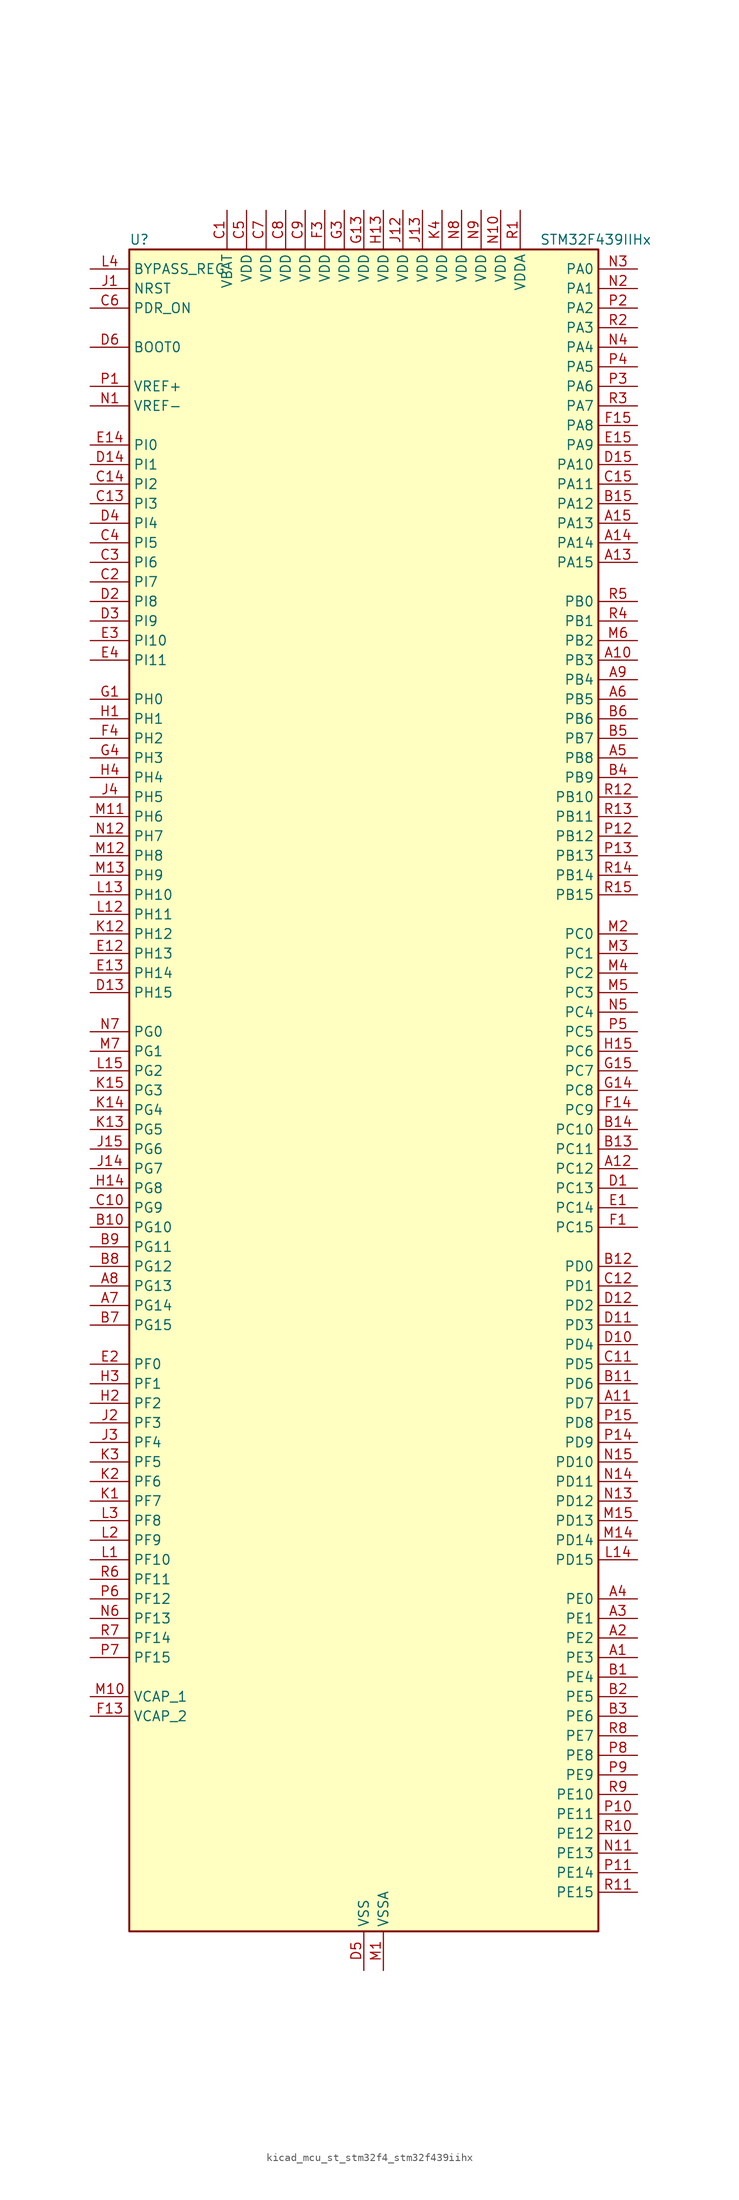
<source format=kicad_sym>
(kicad_symbol_lib
  (version 20220914)
  (generator kicad_symbol_editor)
  (symbol "kicad_mcu_st_stm32f4_stm32f439iihx"
    (property "Reference" "U"
      (at -30.48 110.49 0)
      (effects (font (size 1.27 1.27)) (justify left)))
    (property "Value" "STM32F439IIHx"
      (at 22.86 110.49 0)
      (effects (font (size 1.27 1.27)) (justify left)))
    (property "ki_locked" ""
      (at 0 0 0)
      (effects (font (size 1.27 1.27))))
    (symbol "kicad_mcu_st_stm32f4_stm32f439iihx_0_1"
      (rectangle (start -30.48 -109.22) (end 30.48 109.22) (stroke (width 0.254) (type default)) (fill (type background))))
    (symbol "kicad_mcu_st_stm32f4_stm32f439iihx_1_1"
      (pin bidirectional line (at 35.56 -73.66 180) (length 5.08) (name "PE3" (effects (font (size 1.27 1.27)))) (number "A1" (effects (font (size 1.27 1.27)))) (alternate "FMC_A19" bidirectional line) (alternate "SAI1_SD_B" bidirectional line) (alternate "SYS_TRACED0" bidirectional line))
      (pin bidirectional line (at 35.56 55.88 180) (length 5.08) (name "PB3" (effects (font (size 1.27 1.27)))) (number "A10" (effects (font (size 1.27 1.27)))) (alternate "I2S3_CK" bidirectional line) (alternate "SPI1_SCK" bidirectional line) (alternate "SPI3_SCK" bidirectional line) (alternate "SYS_JTDO-SWO" bidirectional line) (alternate "TIM2_CH2" bidirectional line))
      (pin bidirectional line (at 35.56 -40.64 180) (length 5.08) (name "PD7" (effects (font (size 1.27 1.27)))) (number "A11" (effects (font (size 1.27 1.27)))) (alternate "FMC_NCE2" bidirectional line) (alternate "FMC_NE1" bidirectional line) (alternate "USART2_CK" bidirectional line))
      (pin bidirectional line (at 35.56 -10.16 180) (length 5.08) (name "PC12" (effects (font (size 1.27 1.27)))) (number "A12" (effects (font (size 1.27 1.27)))) (alternate "DCMI_D9" bidirectional line) (alternate "I2S3_SD" bidirectional line) (alternate "SDIO_CK" bidirectional line) (alternate "SPI3_MOSI" bidirectional line) (alternate "UART5_TX" bidirectional line) (alternate "USART3_CK" bidirectional line))
      (pin bidirectional line (at 35.56 68.58 180) (length 5.08) (name "PA15" (effects (font (size 1.27 1.27)))) (number "A13" (effects (font (size 1.27 1.27)))) (alternate "ADC1_EXTI15" bidirectional line) (alternate "ADC2_EXTI15" bidirectional line) (alternate "ADC3_EXTI15" bidirectional line) (alternate "I2S3_WS" bidirectional line) (alternate "SPI1_NSS" bidirectional line) (alternate "SPI3_NSS" bidirectional line) (alternate "SYS_JTDI" bidirectional line) (alternate "TIM2_CH1" bidirectional line) (alternate "TIM2_ETR" bidirectional line))
      (pin bidirectional line (at 35.56 71.12 180) (length 5.08) (name "PA14" (effects (font (size 1.27 1.27)))) (number "A14" (effects (font (size 1.27 1.27)))) (alternate "SYS_JTCK-SWCLK" bidirectional line))
      (pin bidirectional line (at 35.56 73.66 180) (length 5.08) (name "PA13" (effects (font (size 1.27 1.27)))) (number "A15" (effects (font (size 1.27 1.27)))) (alternate "SYS_JTMS-SWDIO" bidirectional line))
      (pin bidirectional line (at 35.56 -71.12 180) (length 5.08) (name "PE2" (effects (font (size 1.27 1.27)))) (number "A2" (effects (font (size 1.27 1.27)))) (alternate "ETH_TXD3" bidirectional line) (alternate "FMC_A23" bidirectional line) (alternate "SAI1_MCLK_A" bidirectional line) (alternate "SPI4_SCK" bidirectional line) (alternate "SYS_TRACECLK" bidirectional line))
      (pin bidirectional line (at 35.56 -68.58 180) (length 5.08) (name "PE1" (effects (font (size 1.27 1.27)))) (number "A3" (effects (font (size 1.27 1.27)))) (alternate "DCMI_D3" bidirectional line) (alternate "FMC_NBL1" bidirectional line) (alternate "UART8_TX" bidirectional line))
      (pin bidirectional line (at 35.56 -66.04 180) (length 5.08) (name "PE0" (effects (font (size 1.27 1.27)))) (number "A4" (effects (font (size 1.27 1.27)))) (alternate "DCMI_D2" bidirectional line) (alternate "FMC_NBL0" bidirectional line) (alternate "TIM4_ETR" bidirectional line) (alternate "UART8_RX" bidirectional line))
      (pin bidirectional line (at 35.56 43.18 180) (length 5.08) (name "PB8" (effects (font (size 1.27 1.27)))) (number "A5" (effects (font (size 1.27 1.27)))) (alternate "CAN1_RX" bidirectional line) (alternate "DCMI_D6" bidirectional line) (alternate "ETH_TXD3" bidirectional line) (alternate "I2C1_SCL" bidirectional line) (alternate "LTDC_B6" bidirectional line) (alternate "SDIO_D4" bidirectional line) (alternate "TIM10_CH1" bidirectional line) (alternate "TIM4_CH3" bidirectional line))
      (pin bidirectional line (at 35.56 50.8 180) (length 5.08) (name "PB5" (effects (font (size 1.27 1.27)))) (number "A6" (effects (font (size 1.27 1.27)))) (alternate "CAN2_RX" bidirectional line) (alternate "DCMI_D10" bidirectional line) (alternate "ETH_PPS_OUT" bidirectional line) (alternate "FMC_SDCKE1" bidirectional line) (alternate "I2C1_SMBA" bidirectional line) (alternate "I2S3_SD" bidirectional line) (alternate "SPI1_MOSI" bidirectional line) (alternate "SPI3_MOSI" bidirectional line) (alternate "TIM3_CH2" bidirectional line) (alternate "USB_OTG_HS_ULPI_D7" bidirectional line))
      (pin bidirectional line (at -35.56 -27.94 0) (length 5.08) (name "PG14" (effects (font (size 1.27 1.27)))) (number "A7" (effects (font (size 1.27 1.27)))) (alternate "ETH_TXD1" bidirectional line) (alternate "FMC_A25" bidirectional line) (alternate "SPI6_MOSI" bidirectional line) (alternate "USART6_TX" bidirectional line))
      (pin bidirectional line (at -35.56 -25.4 0) (length 5.08) (name "PG13" (effects (font (size 1.27 1.27)))) (number "A8" (effects (font (size 1.27 1.27)))) (alternate "ETH_TXD0" bidirectional line) (alternate "FMC_A24" bidirectional line) (alternate "SPI6_SCK" bidirectional line) (alternate "USART6_CTS" bidirectional line))
      (pin bidirectional line (at 35.56 53.34 180) (length 5.08) (name "PB4" (effects (font (size 1.27 1.27)))) (number "A9" (effects (font (size 1.27 1.27)))) (alternate "I2S3_ext_SD" bidirectional line) (alternate "SPI1_MISO" bidirectional line) (alternate "SPI3_MISO" bidirectional line) (alternate "SYS_JTRST" bidirectional line) (alternate "TIM3_CH1" bidirectional line))
      (pin bidirectional line (at 35.56 -76.2 180) (length 5.08) (name "PE4" (effects (font (size 1.27 1.27)))) (number "B1" (effects (font (size 1.27 1.27)))) (alternate "DCMI_D4" bidirectional line) (alternate "FMC_A20" bidirectional line) (alternate "LTDC_B0" bidirectional line) (alternate "SAI1_FS_A" bidirectional line) (alternate "SPI4_NSS" bidirectional line) (alternate "SYS_TRACED1" bidirectional line))
      (pin bidirectional line (at -35.56 -17.78 0) (length 5.08) (name "PG10" (effects (font (size 1.27 1.27)))) (number "B10" (effects (font (size 1.27 1.27)))) (alternate "DCMI_D2" bidirectional line) (alternate "FMC_NCE4_1" bidirectional line) (alternate "FMC_NE3" bidirectional line) (alternate "LTDC_B2" bidirectional line) (alternate "LTDC_G3" bidirectional line))
      (pin bidirectional line (at 35.56 -38.1 180) (length 5.08) (name "PD6" (effects (font (size 1.27 1.27)))) (number "B11" (effects (font (size 1.27 1.27)))) (alternate "DCMI_D10" bidirectional line) (alternate "FMC_NWAIT" bidirectional line) (alternate "I2S3_SD" bidirectional line) (alternate "LTDC_B2" bidirectional line) (alternate "SAI1_SD_A" bidirectional line) (alternate "SPI3_MOSI" bidirectional line) (alternate "USART2_RX" bidirectional line))
      (pin bidirectional line (at 35.56 -22.86 180) (length 5.08) (name "PD0" (effects (font (size 1.27 1.27)))) (number "B12" (effects (font (size 1.27 1.27)))) (alternate "CAN1_RX" bidirectional line) (alternate "FMC_D2" bidirectional line) (alternate "FMC_DA2" bidirectional line))
      (pin bidirectional line (at 35.56 -7.62 180) (length 5.08) (name "PC11" (effects (font (size 1.27 1.27)))) (number "B13" (effects (font (size 1.27 1.27)))) (alternate "ADC1_EXTI11" bidirectional line) (alternate "ADC2_EXTI11" bidirectional line) (alternate "ADC3_EXTI11" bidirectional line) (alternate "DCMI_D4" bidirectional line) (alternate "I2S3_ext_SD" bidirectional line) (alternate "SDIO_D3" bidirectional line) (alternate "SPI3_MISO" bidirectional line) (alternate "UART4_RX" bidirectional line) (alternate "USART3_RX" bidirectional line))
      (pin bidirectional line (at 35.56 -5.08 180) (length 5.08) (name "PC10" (effects (font (size 1.27 1.27)))) (number "B14" (effects (font (size 1.27 1.27)))) (alternate "DCMI_D8" bidirectional line) (alternate "I2S3_CK" bidirectional line) (alternate "LTDC_R2" bidirectional line) (alternate "SDIO_D2" bidirectional line) (alternate "SPI3_SCK" bidirectional line) (alternate "UART4_TX" bidirectional line) (alternate "USART3_TX" bidirectional line))
      (pin bidirectional line (at 35.56 76.2 180) (length 5.08) (name "PA12" (effects (font (size 1.27 1.27)))) (number "B15" (effects (font (size 1.27 1.27)))) (alternate "CAN1_TX" bidirectional line) (alternate "LTDC_R5" bidirectional line) (alternate "TIM1_ETR" bidirectional line) (alternate "USART1_RTS" bidirectional line) (alternate "USB_OTG_FS_DP" bidirectional line))
      (pin bidirectional line (at 35.56 -78.74 180) (length 5.08) (name "PE5" (effects (font (size 1.27 1.27)))) (number "B2" (effects (font (size 1.27 1.27)))) (alternate "DCMI_D6" bidirectional line) (alternate "FMC_A21" bidirectional line) (alternate "LTDC_G0" bidirectional line) (alternate "SAI1_SCK_A" bidirectional line) (alternate "SPI4_MISO" bidirectional line) (alternate "SYS_TRACED2" bidirectional line) (alternate "TIM9_CH1" bidirectional line))
      (pin bidirectional line (at 35.56 -81.28 180) (length 5.08) (name "PE6" (effects (font (size 1.27 1.27)))) (number "B3" (effects (font (size 1.27 1.27)))) (alternate "DCMI_D7" bidirectional line) (alternate "FMC_A22" bidirectional line) (alternate "LTDC_G1" bidirectional line) (alternate "SAI1_SD_A" bidirectional line) (alternate "SPI4_MOSI" bidirectional line) (alternate "SYS_TRACED3" bidirectional line) (alternate "TIM9_CH2" bidirectional line))
      (pin bidirectional line (at 35.56 40.64 180) (length 5.08) (name "PB9" (effects (font (size 1.27 1.27)))) (number "B4" (effects (font (size 1.27 1.27)))) (alternate "CAN1_TX" bidirectional line) (alternate "DAC_EXTI9" bidirectional line) (alternate "DCMI_D7" bidirectional line) (alternate "I2C1_SDA" bidirectional line) (alternate "I2S2_WS" bidirectional line) (alternate "LTDC_B7" bidirectional line) (alternate "SDIO_D5" bidirectional line) (alternate "SPI2_NSS" bidirectional line) (alternate "TIM11_CH1" bidirectional line) (alternate "TIM4_CH4" bidirectional line))
      (pin bidirectional line (at 35.56 45.72 180) (length 5.08) (name "PB7" (effects (font (size 1.27 1.27)))) (number "B5" (effects (font (size 1.27 1.27)))) (alternate "DCMI_VSYNC" bidirectional line) (alternate "FMC_NL" bidirectional line) (alternate "I2C1_SDA" bidirectional line) (alternate "TIM4_CH2" bidirectional line) (alternate "USART1_RX" bidirectional line))
      (pin bidirectional line (at 35.56 48.26 180) (length 5.08) (name "PB6" (effects (font (size 1.27 1.27)))) (number "B6" (effects (font (size 1.27 1.27)))) (alternate "CAN2_TX" bidirectional line) (alternate "DCMI_D5" bidirectional line) (alternate "FMC_SDNE1" bidirectional line) (alternate "I2C1_SCL" bidirectional line) (alternate "TIM4_CH1" bidirectional line) (alternate "USART1_TX" bidirectional line))
      (pin bidirectional line (at -35.56 -30.48 0) (length 5.08) (name "PG15" (effects (font (size 1.27 1.27)))) (number "B7" (effects (font (size 1.27 1.27)))) (alternate "ADC1_EXTI15" bidirectional line) (alternate "ADC2_EXTI15" bidirectional line) (alternate "ADC3_EXTI15" bidirectional line) (alternate "DCMI_D13" bidirectional line) (alternate "FMC_SDNCAS" bidirectional line) (alternate "USART6_CTS" bidirectional line))
      (pin bidirectional line (at -35.56 -22.86 0) (length 5.08) (name "PG12" (effects (font (size 1.27 1.27)))) (number "B8" (effects (font (size 1.27 1.27)))) (alternate "FMC_NE4" bidirectional line) (alternate "LTDC_B1" bidirectional line) (alternate "LTDC_B4" bidirectional line) (alternate "SPI6_MISO" bidirectional line) (alternate "USART6_RTS" bidirectional line))
      (pin bidirectional line (at -35.56 -20.32 0) (length 5.08) (name "PG11" (effects (font (size 1.27 1.27)))) (number "B9" (effects (font (size 1.27 1.27)))) (alternate "ADC1_EXTI11" bidirectional line) (alternate "ADC2_EXTI11" bidirectional line) (alternate "ADC3_EXTI11" bidirectional line) (alternate "DCMI_D3" bidirectional line) (alternate "ETH_TX_EN" bidirectional line) (alternate "FMC_NCE4_2" bidirectional line) (alternate "LTDC_B3" bidirectional line))
      (pin power_in line (at -17.78 114.3 270) (length 5.08) (name "VBAT" (effects (font (size 1.27 1.27)))) (number "C1" (effects (font (size 1.27 1.27)))))
      (pin bidirectional line (at -35.56 -15.24 0) (length 5.08) (name "PG9" (effects (font (size 1.27 1.27)))) (number "C10" (effects (font (size 1.27 1.27)))) (alternate "DAC_EXTI9" bidirectional line) (alternate "DCMI_VSYNC" bidirectional line) (alternate "FMC_NCE3" bidirectional line) (alternate "FMC_NE2" bidirectional line) (alternate "USART6_RX" bidirectional line))
      (pin bidirectional line (at 35.56 -35.56 180) (length 5.08) (name "PD5" (effects (font (size 1.27 1.27)))) (number "C11" (effects (font (size 1.27 1.27)))) (alternate "FMC_NWE" bidirectional line) (alternate "USART2_TX" bidirectional line))
      (pin bidirectional line (at 35.56 -25.4 180) (length 5.08) (name "PD1" (effects (font (size 1.27 1.27)))) (number "C12" (effects (font (size 1.27 1.27)))) (alternate "CAN1_TX" bidirectional line) (alternate "FMC_D3" bidirectional line) (alternate "FMC_DA3" bidirectional line))
      (pin bidirectional line (at -35.56 76.2 0) (length 5.08) (name "PI3" (effects (font (size 1.27 1.27)))) (number "C13" (effects (font (size 1.27 1.27)))) (alternate "DCMI_D10" bidirectional line) (alternate "FMC_D27" bidirectional line) (alternate "I2S2_SD" bidirectional line) (alternate "SPI2_MOSI" bidirectional line) (alternate "TIM8_ETR" bidirectional line))
      (pin bidirectional line (at -35.56 78.74 0) (length 5.08) (name "PI2" (effects (font (size 1.27 1.27)))) (number "C14" (effects (font (size 1.27 1.27)))) (alternate "DCMI_D9" bidirectional line) (alternate "FMC_D26" bidirectional line) (alternate "I2S2_ext_SD" bidirectional line) (alternate "LTDC_G7" bidirectional line) (alternate "SPI2_MISO" bidirectional line) (alternate "TIM8_CH4" bidirectional line))
      (pin bidirectional line (at 35.56 78.74 180) (length 5.08) (name "PA11" (effects (font (size 1.27 1.27)))) (number "C15" (effects (font (size 1.27 1.27)))) (alternate "ADC1_EXTI11" bidirectional line) (alternate "ADC2_EXTI11" bidirectional line) (alternate "ADC3_EXTI11" bidirectional line) (alternate "CAN1_RX" bidirectional line) (alternate "LTDC_R4" bidirectional line) (alternate "TIM1_CH4" bidirectional line) (alternate "USART1_CTS" bidirectional line) (alternate "USB_OTG_FS_DM" bidirectional line))
      (pin bidirectional line (at -35.56 66.04 0) (length 5.08) (name "PI7" (effects (font (size 1.27 1.27)))) (number "C2" (effects (font (size 1.27 1.27)))) (alternate "DCMI_D7" bidirectional line) (alternate "FMC_D29" bidirectional line) (alternate "LTDC_B7" bidirectional line) (alternate "TIM8_CH3" bidirectional line))
      (pin bidirectional line (at -35.56 68.58 0) (length 5.08) (name "PI6" (effects (font (size 1.27 1.27)))) (number "C3" (effects (font (size 1.27 1.27)))) (alternate "DCMI_D6" bidirectional line) (alternate "FMC_D28" bidirectional line) (alternate "LTDC_B6" bidirectional line) (alternate "TIM8_CH2" bidirectional line))
      (pin bidirectional line (at -35.56 71.12 0) (length 5.08) (name "PI5" (effects (font (size 1.27 1.27)))) (number "C4" (effects (font (size 1.27 1.27)))) (alternate "DCMI_VSYNC" bidirectional line) (alternate "FMC_NBL3" bidirectional line) (alternate "LTDC_B5" bidirectional line) (alternate "TIM8_CH1" bidirectional line))
      (pin power_in line (at -15.24 114.3 270) (length 5.08) (name "VDD" (effects (font (size 1.27 1.27)))) (number "C5" (effects (font (size 1.27 1.27)))))
      (pin input line (at -35.56 101.6 0) (length 5.08) (name "PDR_ON" (effects (font (size 1.27 1.27)))) (number "C6" (effects (font (size 1.27 1.27)))))
      (pin power_in line (at -12.7 114.3 270) (length 5.08) (name "VDD" (effects (font (size 1.27 1.27)))) (number "C7" (effects (font (size 1.27 1.27)))))
      (pin power_in line (at -10.16 114.3 270) (length 5.08) (name "VDD" (effects (font (size 1.27 1.27)))) (number "C8" (effects (font (size 1.27 1.27)))))
      (pin power_in line (at -7.62 114.3 270) (length 5.08) (name "VDD" (effects (font (size 1.27 1.27)))) (number "C9" (effects (font (size 1.27 1.27)))))
      (pin bidirectional line (at 35.56 -12.7 180) (length 5.08) (name "PC13" (effects (font (size 1.27 1.27)))) (number "D1" (effects (font (size 1.27 1.27)))) (alternate "RTC_AF1" bidirectional line))
      (pin bidirectional line (at 35.56 -33.02 180) (length 5.08) (name "PD4" (effects (font (size 1.27 1.27)))) (number "D10" (effects (font (size 1.27 1.27)))) (alternate "FMC_NOE" bidirectional line) (alternate "USART2_RTS" bidirectional line))
      (pin bidirectional line (at 35.56 -30.48 180) (length 5.08) (name "PD3" (effects (font (size 1.27 1.27)))) (number "D11" (effects (font (size 1.27 1.27)))) (alternate "DCMI_D5" bidirectional line) (alternate "FMC_CLK" bidirectional line) (alternate "I2S2_CK" bidirectional line) (alternate "LTDC_G7" bidirectional line) (alternate "SPI2_SCK" bidirectional line) (alternate "USART2_CTS" bidirectional line))
      (pin bidirectional line (at 35.56 -27.94 180) (length 5.08) (name "PD2" (effects (font (size 1.27 1.27)))) (number "D12" (effects (font (size 1.27 1.27)))) (alternate "DCMI_D11" bidirectional line) (alternate "SDIO_CMD" bidirectional line) (alternate "TIM3_ETR" bidirectional line) (alternate "UART5_RX" bidirectional line))
      (pin bidirectional line (at -35.56 12.7 0) (length 5.08) (name "PH15" (effects (font (size 1.27 1.27)))) (number "D13" (effects (font (size 1.27 1.27)))) (alternate "ADC1_EXTI15" bidirectional line) (alternate "ADC2_EXTI15" bidirectional line) (alternate "ADC3_EXTI15" bidirectional line) (alternate "DCMI_D11" bidirectional line) (alternate "FMC_D23" bidirectional line) (alternate "LTDC_G4" bidirectional line) (alternate "TIM8_CH3N" bidirectional line))
      (pin bidirectional line (at -35.56 81.28 0) (length 5.08) (name "PI1" (effects (font (size 1.27 1.27)))) (number "D14" (effects (font (size 1.27 1.27)))) (alternate "DCMI_D8" bidirectional line) (alternate "FMC_D25" bidirectional line) (alternate "I2S2_CK" bidirectional line) (alternate "LTDC_G6" bidirectional line) (alternate "SPI2_SCK" bidirectional line))
      (pin bidirectional line (at 35.56 81.28 180) (length 5.08) (name "PA10" (effects (font (size 1.27 1.27)))) (number "D15" (effects (font (size 1.27 1.27)))) (alternate "DCMI_D1" bidirectional line) (alternate "TIM1_CH3" bidirectional line) (alternate "USART1_RX" bidirectional line) (alternate "USB_OTG_FS_ID" bidirectional line))
      (pin bidirectional line (at -35.56 63.5 0) (length 5.08) (name "PI8" (effects (font (size 1.27 1.27)))) (number "D2" (effects (font (size 1.27 1.27)))) (alternate "RTC_AF2" bidirectional line))
      (pin bidirectional line (at -35.56 60.96 0) (length 5.08) (name "PI9" (effects (font (size 1.27 1.27)))) (number "D3" (effects (font (size 1.27 1.27)))) (alternate "CAN1_RX" bidirectional line) (alternate "DAC_EXTI9" bidirectional line) (alternate "FMC_D30" bidirectional line) (alternate "LTDC_VSYNC" bidirectional line))
      (pin bidirectional line (at -35.56 73.66 0) (length 5.08) (name "PI4" (effects (font (size 1.27 1.27)))) (number "D4" (effects (font (size 1.27 1.27)))) (alternate "DCMI_D5" bidirectional line) (alternate "FMC_NBL2" bidirectional line) (alternate "LTDC_B4" bidirectional line) (alternate "TIM8_BKIN" bidirectional line))
      (pin power_in line (at 0 -114.3 90) (length 5.08) (name "VSS" (effects (font (size 1.27 1.27)))) (number "D5" (effects (font (size 1.27 1.27)))))
      (pin input line (at -35.56 96.52 0) (length 5.08) (name "BOOT0" (effects (font (size 1.27 1.27)))) (number "D6" (effects (font (size 1.27 1.27)))))
      (pin passive line (at 0 -114.3 90) (length 5.08) hide (name "VSS" (effects (font (size 1.27 1.27)))) (number "D7" (effects (font (size 1.27 1.27)))))
      (pin passive line (at 0 -114.3 90) (length 5.08) hide (name "VSS" (effects (font (size 1.27 1.27)))) (number "D8" (effects (font (size 1.27 1.27)))))
      (pin passive line (at 0 -114.3 90) (length 5.08) hide (name "VSS" (effects (font (size 1.27 1.27)))) (number "D9" (effects (font (size 1.27 1.27)))))
      (pin bidirectional line (at 35.56 -15.24 180) (length 5.08) (name "PC14" (effects (font (size 1.27 1.27)))) (number "E1" (effects (font (size 1.27 1.27)))) (alternate "RCC_OSC32_IN" bidirectional line))
      (pin bidirectional line (at -35.56 17.78 0) (length 5.08) (name "PH13" (effects (font (size 1.27 1.27)))) (number "E12" (effects (font (size 1.27 1.27)))) (alternate "CAN1_TX" bidirectional line) (alternate "FMC_D21" bidirectional line) (alternate "LTDC_G2" bidirectional line) (alternate "TIM8_CH1N" bidirectional line))
      (pin bidirectional line (at -35.56 15.24 0) (length 5.08) (name "PH14" (effects (font (size 1.27 1.27)))) (number "E13" (effects (font (size 1.27 1.27)))) (alternate "DCMI_D4" bidirectional line) (alternate "FMC_D22" bidirectional line) (alternate "LTDC_G3" bidirectional line) (alternate "TIM8_CH2N" bidirectional line))
      (pin bidirectional line (at -35.56 83.82 0) (length 5.08) (name "PI0" (effects (font (size 1.27 1.27)))) (number "E14" (effects (font (size 1.27 1.27)))) (alternate "DCMI_D13" bidirectional line) (alternate "FMC_D24" bidirectional line) (alternate "I2S2_WS" bidirectional line) (alternate "LTDC_G5" bidirectional line) (alternate "SPI2_NSS" bidirectional line) (alternate "TIM5_CH4" bidirectional line))
      (pin bidirectional line (at 35.56 83.82 180) (length 5.08) (name "PA9" (effects (font (size 1.27 1.27)))) (number "E15" (effects (font (size 1.27 1.27)))) (alternate "DAC_EXTI9" bidirectional line) (alternate "DCMI_D0" bidirectional line) (alternate "I2C3_SMBA" bidirectional line) (alternate "TIM1_CH2" bidirectional line) (alternate "USART1_TX" bidirectional line) (alternate "USB_OTG_FS_VBUS" bidirectional line))
      (pin bidirectional line (at -35.56 -35.56 0) (length 5.08) (name "PF0" (effects (font (size 1.27 1.27)))) (number "E2" (effects (font (size 1.27 1.27)))) (alternate "FMC_A0" bidirectional line) (alternate "I2C2_SDA" bidirectional line))
      (pin bidirectional line (at -35.56 58.42 0) (length 5.08) (name "PI10" (effects (font (size 1.27 1.27)))) (number "E3" (effects (font (size 1.27 1.27)))) (alternate "ETH_RX_ER" bidirectional line) (alternate "FMC_D31" bidirectional line) (alternate "LTDC_HSYNC" bidirectional line))
      (pin bidirectional line (at -35.56 55.88 0) (length 5.08) (name "PI11" (effects (font (size 1.27 1.27)))) (number "E4" (effects (font (size 1.27 1.27)))) (alternate "ADC1_EXTI11" bidirectional line) (alternate "ADC2_EXTI11" bidirectional line) (alternate "ADC3_EXTI11" bidirectional line) (alternate "USB_OTG_HS_ULPI_DIR" bidirectional line))
      (pin bidirectional line (at 35.56 -17.78 180) (length 5.08) (name "PC15" (effects (font (size 1.27 1.27)))) (number "F1" (effects (font (size 1.27 1.27)))) (alternate "ADC1_EXTI15" bidirectional line) (alternate "ADC2_EXTI15" bidirectional line) (alternate "ADC3_EXTI15" bidirectional line) (alternate "RCC_OSC32_OUT" bidirectional line))
      (pin passive line (at 0 -114.3 90) (length 5.08) hide (name "VSS" (effects (font (size 1.27 1.27)))) (number "F10" (effects (font (size 1.27 1.27)))))
      (pin passive line (at 0 -114.3 90) (length 5.08) hide (name "VSS" (effects (font (size 1.27 1.27)))) (number "F12" (effects (font (size 1.27 1.27)))))
      (pin power_out line (at -35.56 -81.28 0) (length 5.08) (name "VCAP_2" (effects (font (size 1.27 1.27)))) (number "F13" (effects (font (size 1.27 1.27)))))
      (pin bidirectional line (at 35.56 -2.54 180) (length 5.08) (name "PC9" (effects (font (size 1.27 1.27)))) (number "F14" (effects (font (size 1.27 1.27)))) (alternate "DAC_EXTI9" bidirectional line) (alternate "DCMI_D3" bidirectional line) (alternate "I2C3_SDA" bidirectional line) (alternate "I2S_CKIN" bidirectional line) (alternate "RCC_MCO_2" bidirectional line) (alternate "SDIO_D1" bidirectional line) (alternate "TIM3_CH4" bidirectional line) (alternate "TIM8_CH4" bidirectional line))
      (pin bidirectional line (at 35.56 86.36 180) (length 5.08) (name "PA8" (effects (font (size 1.27 1.27)))) (number "F15" (effects (font (size 1.27 1.27)))) (alternate "I2C3_SCL" bidirectional line) (alternate "LTDC_R6" bidirectional line) (alternate "RCC_MCO_1" bidirectional line) (alternate "TIM1_CH1" bidirectional line) (alternate "USART1_CK" bidirectional line) (alternate "USB_OTG_FS_SOF" bidirectional line))
      (pin passive line (at 0 -114.3 90) (length 5.08) hide (name "VSS" (effects (font (size 1.27 1.27)))) (number "F2" (effects (font (size 1.27 1.27)))))
      (pin power_in line (at -5.08 114.3 270) (length 5.08) (name "VDD" (effects (font (size 1.27 1.27)))) (number "F3" (effects (font (size 1.27 1.27)))))
      (pin bidirectional line (at -35.56 45.72 0) (length 5.08) (name "PH2" (effects (font (size 1.27 1.27)))) (number "F4" (effects (font (size 1.27 1.27)))) (alternate "ETH_CRS" bidirectional line) (alternate "FMC_SDCKE0" bidirectional line) (alternate "LTDC_R0" bidirectional line))
      (pin passive line (at 0 -114.3 90) (length 5.08) hide (name "VSS" (effects (font (size 1.27 1.27)))) (number "F6" (effects (font (size 1.27 1.27)))))
      (pin passive line (at 0 -114.3 90) (length 5.08) hide (name "VSS" (effects (font (size 1.27 1.27)))) (number "F7" (effects (font (size 1.27 1.27)))))
      (pin passive line (at 0 -114.3 90) (length 5.08) hide (name "VSS" (effects (font (size 1.27 1.27)))) (number "F8" (effects (font (size 1.27 1.27)))))
      (pin passive line (at 0 -114.3 90) (length 5.08) hide (name "VSS" (effects (font (size 1.27 1.27)))) (number "F9" (effects (font (size 1.27 1.27)))))
      (pin bidirectional line (at -35.56 50.8 0) (length 5.08) (name "PH0" (effects (font (size 1.27 1.27)))) (number "G1" (effects (font (size 1.27 1.27)))) (alternate "RCC_OSC_IN" bidirectional line))
      (pin passive line (at 0 -114.3 90) (length 5.08) hide (name "VSS" (effects (font (size 1.27 1.27)))) (number "G10" (effects (font (size 1.27 1.27)))))
      (pin passive line (at 0 -114.3 90) (length 5.08) hide (name "VSS" (effects (font (size 1.27 1.27)))) (number "G12" (effects (font (size 1.27 1.27)))))
      (pin power_in line (at 0 114.3 270) (length 5.08) (name "VDD" (effects (font (size 1.27 1.27)))) (number "G13" (effects (font (size 1.27 1.27)))))
      (pin bidirectional line (at 35.56 0 180) (length 5.08) (name "PC8" (effects (font (size 1.27 1.27)))) (number "G14" (effects (font (size 1.27 1.27)))) (alternate "DCMI_D2" bidirectional line) (alternate "SDIO_D0" bidirectional line) (alternate "TIM3_CH3" bidirectional line) (alternate "TIM8_CH3" bidirectional line) (alternate "USART6_CK" bidirectional line))
      (pin bidirectional line (at 35.56 2.54 180) (length 5.08) (name "PC7" (effects (font (size 1.27 1.27)))) (number "G15" (effects (font (size 1.27 1.27)))) (alternate "DCMI_D1" bidirectional line) (alternate "I2S3_MCK" bidirectional line) (alternate "LTDC_G6" bidirectional line) (alternate "SDIO_D7" bidirectional line) (alternate "TIM3_CH2" bidirectional line) (alternate "TIM8_CH2" bidirectional line) (alternate "USART6_RX" bidirectional line))
      (pin passive line (at 0 -114.3 90) (length 5.08) hide (name "VSS" (effects (font (size 1.27 1.27)))) (number "G2" (effects (font (size 1.27 1.27)))))
      (pin power_in line (at -2.54 114.3 270) (length 5.08) (name "VDD" (effects (font (size 1.27 1.27)))) (number "G3" (effects (font (size 1.27 1.27)))))
      (pin bidirectional line (at -35.56 43.18 0) (length 5.08) (name "PH3" (effects (font (size 1.27 1.27)))) (number "G4" (effects (font (size 1.27 1.27)))) (alternate "ETH_COL" bidirectional line) (alternate "FMC_SDNE0" bidirectional line) (alternate "LTDC_R1" bidirectional line))
      (pin passive line (at 0 -114.3 90) (length 5.08) hide (name "VSS" (effects (font (size 1.27 1.27)))) (number "G6" (effects (font (size 1.27 1.27)))))
      (pin passive line (at 0 -114.3 90) (length 5.08) hide (name "VSS" (effects (font (size 1.27 1.27)))) (number "G7" (effects (font (size 1.27 1.27)))))
      (pin passive line (at 0 -114.3 90) (length 5.08) hide (name "VSS" (effects (font (size 1.27 1.27)))) (number "G8" (effects (font (size 1.27 1.27)))))
      (pin passive line (at 0 -114.3 90) (length 5.08) hide (name "VSS" (effects (font (size 1.27 1.27)))) (number "G9" (effects (font (size 1.27 1.27)))))
      (pin bidirectional line (at -35.56 48.26 0) (length 5.08) (name "PH1" (effects (font (size 1.27 1.27)))) (number "H1" (effects (font (size 1.27 1.27)))) (alternate "RCC_OSC_OUT" bidirectional line))
      (pin passive line (at 0 -114.3 90) (length 5.08) hide (name "VSS" (effects (font (size 1.27 1.27)))) (number "H10" (effects (font (size 1.27 1.27)))))
      (pin passive line (at 0 -114.3 90) (length 5.08) hide (name "VSS" (effects (font (size 1.27 1.27)))) (number "H12" (effects (font (size 1.27 1.27)))))
      (pin power_in line (at 2.54 114.3 270) (length 5.08) (name "VDD" (effects (font (size 1.27 1.27)))) (number "H13" (effects (font (size 1.27 1.27)))))
      (pin bidirectional line (at -35.56 -12.7 0) (length 5.08) (name "PG8" (effects (font (size 1.27 1.27)))) (number "H14" (effects (font (size 1.27 1.27)))) (alternate "ETH_PPS_OUT" bidirectional line) (alternate "FMC_SDCLK" bidirectional line) (alternate "SPI6_NSS" bidirectional line) (alternate "USART6_RTS" bidirectional line))
      (pin bidirectional line (at 35.56 5.08 180) (length 5.08) (name "PC6" (effects (font (size 1.27 1.27)))) (number "H15" (effects (font (size 1.27 1.27)))) (alternate "DCMI_D0" bidirectional line) (alternate "I2S2_MCK" bidirectional line) (alternate "LTDC_HSYNC" bidirectional line) (alternate "SDIO_D6" bidirectional line) (alternate "TIM3_CH1" bidirectional line) (alternate "TIM8_CH1" bidirectional line) (alternate "USART6_TX" bidirectional line))
      (pin bidirectional line (at -35.56 -40.64 0) (length 5.08) (name "PF2" (effects (font (size 1.27 1.27)))) (number "H2" (effects (font (size 1.27 1.27)))) (alternate "FMC_A2" bidirectional line) (alternate "I2C2_SMBA" bidirectional line))
      (pin bidirectional line (at -35.56 -38.1 0) (length 5.08) (name "PF1" (effects (font (size 1.27 1.27)))) (number "H3" (effects (font (size 1.27 1.27)))) (alternate "FMC_A1" bidirectional line) (alternate "I2C2_SCL" bidirectional line))
      (pin bidirectional line (at -35.56 40.64 0) (length 5.08) (name "PH4" (effects (font (size 1.27 1.27)))) (number "H4" (effects (font (size 1.27 1.27)))) (alternate "I2C2_SCL" bidirectional line) (alternate "USB_OTG_HS_ULPI_NXT" bidirectional line))
      (pin passive line (at 0 -114.3 90) (length 5.08) hide (name "VSS" (effects (font (size 1.27 1.27)))) (number "H6" (effects (font (size 1.27 1.27)))))
      (pin passive line (at 0 -114.3 90) (length 5.08) hide (name "VSS" (effects (font (size 1.27 1.27)))) (number "H7" (effects (font (size 1.27 1.27)))))
      (pin passive line (at 0 -114.3 90) (length 5.08) hide (name "VSS" (effects (font (size 1.27 1.27)))) (number "H8" (effects (font (size 1.27 1.27)))))
      (pin passive line (at 0 -114.3 90) (length 5.08) hide (name "VSS" (effects (font (size 1.27 1.27)))) (number "H9" (effects (font (size 1.27 1.27)))))
      (pin input line (at -35.56 104.14 0) (length 5.08) (name "NRST" (effects (font (size 1.27 1.27)))) (number "J1" (effects (font (size 1.27 1.27)))))
      (pin passive line (at 0 -114.3 90) (length 5.08) hide (name "VSS" (effects (font (size 1.27 1.27)))) (number "J10" (effects (font (size 1.27 1.27)))))
      (pin power_in line (at 5.08 114.3 270) (length 5.08) (name "VDD" (effects (font (size 1.27 1.27)))) (number "J12" (effects (font (size 1.27 1.27)))))
      (pin power_in line (at 7.62 114.3 270) (length 5.08) (name "VDD" (effects (font (size 1.27 1.27)))) (number "J13" (effects (font (size 1.27 1.27)))))
      (pin bidirectional line (at -35.56 -10.16 0) (length 5.08) (name "PG7" (effects (font (size 1.27 1.27)))) (number "J14" (effects (font (size 1.27 1.27)))) (alternate "DCMI_D13" bidirectional line) (alternate "FMC_INT3" bidirectional line) (alternate "LTDC_CLK" bidirectional line) (alternate "USART6_CK" bidirectional line))
      (pin bidirectional line (at -35.56 -7.62 0) (length 5.08) (name "PG6" (effects (font (size 1.27 1.27)))) (number "J15" (effects (font (size 1.27 1.27)))) (alternate "DCMI_D12" bidirectional line) (alternate "FMC_INT2" bidirectional line) (alternate "LTDC_R7" bidirectional line))
      (pin bidirectional line (at -35.56 -43.18 0) (length 5.08) (name "PF3" (effects (font (size 1.27 1.27)))) (number "J2" (effects (font (size 1.27 1.27)))) (alternate "ADC3_IN9" bidirectional line) (alternate "FMC_A3" bidirectional line))
      (pin bidirectional line (at -35.56 -45.72 0) (length 5.08) (name "PF4" (effects (font (size 1.27 1.27)))) (number "J3" (effects (font (size 1.27 1.27)))) (alternate "ADC3_IN14" bidirectional line) (alternate "FMC_A4" bidirectional line))
      (pin bidirectional line (at -35.56 38.1 0) (length 5.08) (name "PH5" (effects (font (size 1.27 1.27)))) (number "J4" (effects (font (size 1.27 1.27)))) (alternate "FMC_SDNWE" bidirectional line) (alternate "I2C2_SDA" bidirectional line) (alternate "SPI5_NSS" bidirectional line))
      (pin passive line (at 0 -114.3 90) (length 5.08) hide (name "VSS" (effects (font (size 1.27 1.27)))) (number "J6" (effects (font (size 1.27 1.27)))))
      (pin passive line (at 0 -114.3 90) (length 5.08) hide (name "VSS" (effects (font (size 1.27 1.27)))) (number "J7" (effects (font (size 1.27 1.27)))))
      (pin passive line (at 0 -114.3 90) (length 5.08) hide (name "VSS" (effects (font (size 1.27 1.27)))) (number "J8" (effects (font (size 1.27 1.27)))))
      (pin passive line (at 0 -114.3 90) (length 5.08) hide (name "VSS" (effects (font (size 1.27 1.27)))) (number "J9" (effects (font (size 1.27 1.27)))))
      (pin bidirectional line (at -35.56 -53.34 0) (length 5.08) (name "PF7" (effects (font (size 1.27 1.27)))) (number "K1" (effects (font (size 1.27 1.27)))) (alternate "ADC3_IN5" bidirectional line) (alternate "FMC_NREG" bidirectional line) (alternate "SAI1_MCLK_B" bidirectional line) (alternate "SPI5_SCK" bidirectional line) (alternate "TIM11_CH1" bidirectional line) (alternate "UART7_TX" bidirectional line))
      (pin passive line (at 0 -114.3 90) (length 5.08) hide (name "VSS" (effects (font (size 1.27 1.27)))) (number "K10" (effects (font (size 1.27 1.27)))))
      (pin bidirectional line (at -35.56 20.32 0) (length 5.08) (name "PH12" (effects (font (size 1.27 1.27)))) (number "K12" (effects (font (size 1.27 1.27)))) (alternate "DCMI_D3" bidirectional line) (alternate "FMC_D20" bidirectional line) (alternate "LTDC_R6" bidirectional line) (alternate "TIM5_CH3" bidirectional line))
      (pin bidirectional line (at -35.56 -5.08 0) (length 5.08) (name "PG5" (effects (font (size 1.27 1.27)))) (number "K13" (effects (font (size 1.27 1.27)))) (alternate "FMC_A15" bidirectional line) (alternate "FMC_BA1" bidirectional line))
      (pin bidirectional line (at -35.56 -2.54 0) (length 5.08) (name "PG4" (effects (font (size 1.27 1.27)))) (number "K14" (effects (font (size 1.27 1.27)))) (alternate "FMC_A14" bidirectional line) (alternate "FMC_BA0" bidirectional line))
      (pin bidirectional line (at -35.56 0 0) (length 5.08) (name "PG3" (effects (font (size 1.27 1.27)))) (number "K15" (effects (font (size 1.27 1.27)))) (alternate "FMC_A13" bidirectional line))
      (pin bidirectional line (at -35.56 -50.8 0) (length 5.08) (name "PF6" (effects (font (size 1.27 1.27)))) (number "K2" (effects (font (size 1.27 1.27)))) (alternate "ADC3_IN4" bidirectional line) (alternate "FMC_NIORD" bidirectional line) (alternate "SAI1_SD_B" bidirectional line) (alternate "SPI5_NSS" bidirectional line) (alternate "TIM10_CH1" bidirectional line) (alternate "UART7_RX" bidirectional line))
      (pin bidirectional line (at -35.56 -48.26 0) (length 5.08) (name "PF5" (effects (font (size 1.27 1.27)))) (number "K3" (effects (font (size 1.27 1.27)))) (alternate "ADC3_IN15" bidirectional line) (alternate "FMC_A5" bidirectional line))
      (pin power_in line (at 10.16 114.3 270) (length 5.08) (name "VDD" (effects (font (size 1.27 1.27)))) (number "K4" (effects (font (size 1.27 1.27)))))
      (pin passive line (at 0 -114.3 90) (length 5.08) hide (name "VSS" (effects (font (size 1.27 1.27)))) (number "K6" (effects (font (size 1.27 1.27)))))
      (pin passive line (at 0 -114.3 90) (length 5.08) hide (name "VSS" (effects (font (size 1.27 1.27)))) (number "K7" (effects (font (size 1.27 1.27)))))
      (pin passive line (at 0 -114.3 90) (length 5.08) hide (name "VSS" (effects (font (size 1.27 1.27)))) (number "K8" (effects (font (size 1.27 1.27)))))
      (pin passive line (at 0 -114.3 90) (length 5.08) hide (name "VSS" (effects (font (size 1.27 1.27)))) (number "K9" (effects (font (size 1.27 1.27)))))
      (pin bidirectional line (at -35.56 -60.96 0) (length 5.08) (name "PF10" (effects (font (size 1.27 1.27)))) (number "L1" (effects (font (size 1.27 1.27)))) (alternate "ADC3_IN8" bidirectional line) (alternate "DCMI_D11" bidirectional line) (alternate "FMC_INTR" bidirectional line) (alternate "LTDC_DE" bidirectional line))
      (pin bidirectional line (at -35.56 22.86 0) (length 5.08) (name "PH11" (effects (font (size 1.27 1.27)))) (number "L12" (effects (font (size 1.27 1.27)))) (alternate "ADC1_EXTI11" bidirectional line) (alternate "ADC2_EXTI11" bidirectional line) (alternate "ADC3_EXTI11" bidirectional line) (alternate "DCMI_D2" bidirectional line) (alternate "FMC_D19" bidirectional line) (alternate "LTDC_R5" bidirectional line) (alternate "TIM5_CH2" bidirectional line))
      (pin bidirectional line (at -35.56 25.4 0) (length 5.08) (name "PH10" (effects (font (size 1.27 1.27)))) (number "L13" (effects (font (size 1.27 1.27)))) (alternate "DCMI_D1" bidirectional line) (alternate "FMC_D18" bidirectional line) (alternate "LTDC_R4" bidirectional line) (alternate "TIM5_CH1" bidirectional line))
      (pin bidirectional line (at 35.56 -60.96 180) (length 5.08) (name "PD15" (effects (font (size 1.27 1.27)))) (number "L14" (effects (font (size 1.27 1.27)))) (alternate "ADC1_EXTI15" bidirectional line) (alternate "ADC2_EXTI15" bidirectional line) (alternate "ADC3_EXTI15" bidirectional line) (alternate "FMC_D1" bidirectional line) (alternate "FMC_DA1" bidirectional line) (alternate "TIM4_CH4" bidirectional line))
      (pin bidirectional line (at -35.56 2.54 0) (length 5.08) (name "PG2" (effects (font (size 1.27 1.27)))) (number "L15" (effects (font (size 1.27 1.27)))) (alternate "FMC_A12" bidirectional line))
      (pin bidirectional line (at -35.56 -58.42 0) (length 5.08) (name "PF9" (effects (font (size 1.27 1.27)))) (number "L2" (effects (font (size 1.27 1.27)))) (alternate "ADC3_IN7" bidirectional line) (alternate "DAC_EXTI9" bidirectional line) (alternate "FMC_CD" bidirectional line) (alternate "SAI1_FS_B" bidirectional line) (alternate "SPI5_MOSI" bidirectional line) (alternate "TIM14_CH1" bidirectional line))
      (pin bidirectional line (at -35.56 -55.88 0) (length 5.08) (name "PF8" (effects (font (size 1.27 1.27)))) (number "L3" (effects (font (size 1.27 1.27)))) (alternate "ADC3_IN6" bidirectional line) (alternate "FMC_NIOWR" bidirectional line) (alternate "SAI1_SCK_B" bidirectional line) (alternate "SPI5_MISO" bidirectional line) (alternate "TIM13_CH1" bidirectional line))
      (pin input line (at -35.56 106.68 0) (length 5.08) (name "BYPASS_REG" (effects (font (size 1.27 1.27)))) (number "L4" (effects (font (size 1.27 1.27)))))
      (pin power_in line (at 2.54 -114.3 90) (length 5.08) (name "VSSA" (effects (font (size 1.27 1.27)))) (number "M1" (effects (font (size 1.27 1.27)))))
      (pin power_out line (at -35.56 -78.74 0) (length 5.08) (name "VCAP_1" (effects (font (size 1.27 1.27)))) (number "M10" (effects (font (size 1.27 1.27)))))
      (pin bidirectional line (at -35.56 35.56 0) (length 5.08) (name "PH6" (effects (font (size 1.27 1.27)))) (number "M11" (effects (font (size 1.27 1.27)))) (alternate "DCMI_D8" bidirectional line) (alternate "ETH_RXD2" bidirectional line) (alternate "FMC_SDNE1" bidirectional line) (alternate "I2C2_SMBA" bidirectional line) (alternate "SPI5_SCK" bidirectional line) (alternate "TIM12_CH1" bidirectional line))
      (pin bidirectional line (at -35.56 30.48 0) (length 5.08) (name "PH8" (effects (font (size 1.27 1.27)))) (number "M12" (effects (font (size 1.27 1.27)))) (alternate "DCMI_HSYNC" bidirectional line) (alternate "FMC_D16" bidirectional line) (alternate "I2C3_SDA" bidirectional line) (alternate "LTDC_R2" bidirectional line))
      (pin bidirectional line (at -35.56 27.94 0) (length 5.08) (name "PH9" (effects (font (size 1.27 1.27)))) (number "M13" (effects (font (size 1.27 1.27)))) (alternate "DAC_EXTI9" bidirectional line) (alternate "DCMI_D0" bidirectional line) (alternate "FMC_D17" bidirectional line) (alternate "I2C3_SMBA" bidirectional line) (alternate "LTDC_R3" bidirectional line) (alternate "TIM12_CH2" bidirectional line))
      (pin bidirectional line (at 35.56 -58.42 180) (length 5.08) (name "PD14" (effects (font (size 1.27 1.27)))) (number "M14" (effects (font (size 1.27 1.27)))) (alternate "FMC_D0" bidirectional line) (alternate "FMC_DA0" bidirectional line) (alternate "TIM4_CH3" bidirectional line))
      (pin bidirectional line (at 35.56 -55.88 180) (length 5.08) (name "PD13" (effects (font (size 1.27 1.27)))) (number "M15" (effects (font (size 1.27 1.27)))) (alternate "FMC_A18" bidirectional line) (alternate "TIM4_CH2" bidirectional line))
      (pin bidirectional line (at 35.56 20.32 180) (length 5.08) (name "PC0" (effects (font (size 1.27 1.27)))) (number "M2" (effects (font (size 1.27 1.27)))) (alternate "ADC1_IN10" bidirectional line) (alternate "ADC2_IN10" bidirectional line) (alternate "ADC3_IN10" bidirectional line) (alternate "FMC_SDNWE" bidirectional line) (alternate "USB_OTG_HS_ULPI_STP" bidirectional line))
      (pin bidirectional line (at 35.56 17.78 180) (length 5.08) (name "PC1" (effects (font (size 1.27 1.27)))) (number "M3" (effects (font (size 1.27 1.27)))) (alternate "ADC1_IN11" bidirectional line) (alternate "ADC2_IN11" bidirectional line) (alternate "ADC3_IN11" bidirectional line) (alternate "ETH_MDC" bidirectional line))
      (pin bidirectional line (at 35.56 15.24 180) (length 5.08) (name "PC2" (effects (font (size 1.27 1.27)))) (number "M4" (effects (font (size 1.27 1.27)))) (alternate "ADC1_IN12" bidirectional line) (alternate "ADC2_IN12" bidirectional line) (alternate "ADC3_IN12" bidirectional line) (alternate "ETH_TXD2" bidirectional line) (alternate "FMC_SDNE0" bidirectional line) (alternate "I2S2_ext_SD" bidirectional line) (alternate "SPI2_MISO" bidirectional line) (alternate "USB_OTG_HS_ULPI_DIR" bidirectional line))
      (pin bidirectional line (at 35.56 12.7 180) (length 5.08) (name "PC3" (effects (font (size 1.27 1.27)))) (number "M5" (effects (font (size 1.27 1.27)))) (alternate "ADC1_IN13" bidirectional line) (alternate "ADC2_IN13" bidirectional line) (alternate "ADC3_IN13" bidirectional line) (alternate "ETH_TX_CLK" bidirectional line) (alternate "FMC_SDCKE0" bidirectional line) (alternate "I2S2_SD" bidirectional line) (alternate "SPI2_MOSI" bidirectional line) (alternate "USB_OTG_HS_ULPI_NXT" bidirectional line))
      (pin bidirectional line (at 35.56 58.42 180) (length 5.08) (name "PB2" (effects (font (size 1.27 1.27)))) (number "M6" (effects (font (size 1.27 1.27)))))
      (pin bidirectional line (at -35.56 5.08 0) (length 5.08) (name "PG1" (effects (font (size 1.27 1.27)))) (number "M7" (effects (font (size 1.27 1.27)))) (alternate "FMC_A11" bidirectional line))
      (pin passive line (at 0 -114.3 90) (length 5.08) hide (name "VSS" (effects (font (size 1.27 1.27)))) (number "M8" (effects (font (size 1.27 1.27)))))
      (pin passive line (at 0 -114.3 90) (length 5.08) hide (name "VSS" (effects (font (size 1.27 1.27)))) (number "M9" (effects (font (size 1.27 1.27)))))
      (pin input line (at -35.56 88.9 0) (length 5.08) (name "VREF-" (effects (font (size 1.27 1.27)))) (number "N1" (effects (font (size 1.27 1.27)))))
      (pin power_in line (at 17.78 114.3 270) (length 5.08) (name "VDD" (effects (font (size 1.27 1.27)))) (number "N10" (effects (font (size 1.27 1.27)))))
      (pin bidirectional line (at 35.56 -99.06 180) (length 5.08) (name "PE13" (effects (font (size 1.27 1.27)))) (number "N11" (effects (font (size 1.27 1.27)))) (alternate "FMC_D10" bidirectional line) (alternate "FMC_DA10" bidirectional line) (alternate "LTDC_DE" bidirectional line) (alternate "SPI4_MISO" bidirectional line) (alternate "TIM1_CH3" bidirectional line))
      (pin bidirectional line (at -35.56 33.02 0) (length 5.08) (name "PH7" (effects (font (size 1.27 1.27)))) (number "N12" (effects (font (size 1.27 1.27)))) (alternate "DCMI_D9" bidirectional line) (alternate "ETH_RXD3" bidirectional line) (alternate "FMC_SDCKE1" bidirectional line) (alternate "I2C3_SCL" bidirectional line) (alternate "SPI5_MISO" bidirectional line))
      (pin bidirectional line (at 35.56 -53.34 180) (length 5.08) (name "PD12" (effects (font (size 1.27 1.27)))) (number "N13" (effects (font (size 1.27 1.27)))) (alternate "FMC_A17" bidirectional line) (alternate "FMC_ALE" bidirectional line) (alternate "TIM4_CH1" bidirectional line) (alternate "USART3_RTS" bidirectional line))
      (pin bidirectional line (at 35.56 -50.8 180) (length 5.08) (name "PD11" (effects (font (size 1.27 1.27)))) (number "N14" (effects (font (size 1.27 1.27)))) (alternate "ADC1_EXTI11" bidirectional line) (alternate "ADC2_EXTI11" bidirectional line) (alternate "ADC3_EXTI11" bidirectional line) (alternate "FMC_A16" bidirectional line) (alternate "FMC_CLE" bidirectional line) (alternate "USART3_CTS" bidirectional line))
      (pin bidirectional line (at 35.56 -48.26 180) (length 5.08) (name "PD10" (effects (font (size 1.27 1.27)))) (number "N15" (effects (font (size 1.27 1.27)))) (alternate "FMC_D15" bidirectional line) (alternate "FMC_DA15" bidirectional line) (alternate "LTDC_B3" bidirectional line) (alternate "USART3_CK" bidirectional line))
      (pin bidirectional line (at 35.56 104.14 180) (length 5.08) (name "PA1" (effects (font (size 1.27 1.27)))) (number "N2" (effects (font (size 1.27 1.27)))) (alternate "ADC1_IN1" bidirectional line) (alternate "ADC2_IN1" bidirectional line) (alternate "ADC3_IN1" bidirectional line) (alternate "ETH_REF_CLK" bidirectional line) (alternate "ETH_RX_CLK" bidirectional line) (alternate "TIM2_CH2" bidirectional line) (alternate "TIM5_CH2" bidirectional line) (alternate "UART4_RX" bidirectional line) (alternate "USART2_RTS" bidirectional line))
      (pin bidirectional line (at 35.56 106.68 180) (length 5.08) (name "PA0" (effects (font (size 1.27 1.27)))) (number "N3" (effects (font (size 1.27 1.27)))) (alternate "ADC1_IN0" bidirectional line) (alternate "ADC2_IN0" bidirectional line) (alternate "ADC3_IN0" bidirectional line) (alternate "ETH_CRS" bidirectional line) (alternate "SYS_WKUP" bidirectional line) (alternate "TIM2_CH1" bidirectional line) (alternate "TIM2_ETR" bidirectional line) (alternate "TIM5_CH1" bidirectional line) (alternate "TIM8_ETR" bidirectional line) (alternate "UART4_TX" bidirectional line) (alternate "USART2_CTS" bidirectional line))
      (pin bidirectional line (at 35.56 96.52 180) (length 5.08) (name "PA4" (effects (font (size 1.27 1.27)))) (number "N4" (effects (font (size 1.27 1.27)))) (alternate "ADC1_IN4" bidirectional line) (alternate "ADC2_IN4" bidirectional line) (alternate "DAC_OUT1" bidirectional line) (alternate "DCMI_HSYNC" bidirectional line) (alternate "I2S3_WS" bidirectional line) (alternate "LTDC_VSYNC" bidirectional line) (alternate "SPI1_NSS" bidirectional line) (alternate "SPI3_NSS" bidirectional line) (alternate "USART2_CK" bidirectional line) (alternate "USB_OTG_HS_SOF" bidirectional line))
      (pin bidirectional line (at 35.56 10.16 180) (length 5.08) (name "PC4" (effects (font (size 1.27 1.27)))) (number "N5" (effects (font (size 1.27 1.27)))) (alternate "ADC1_IN14" bidirectional line) (alternate "ADC2_IN14" bidirectional line) (alternate "ETH_RXD0" bidirectional line))
      (pin bidirectional line (at -35.56 -68.58 0) (length 5.08) (name "PF13" (effects (font (size 1.27 1.27)))) (number "N6" (effects (font (size 1.27 1.27)))) (alternate "FMC_A7" bidirectional line))
      (pin bidirectional line (at -35.56 7.62 0) (length 5.08) (name "PG0" (effects (font (size 1.27 1.27)))) (number "N7" (effects (font (size 1.27 1.27)))) (alternate "FMC_A10" bidirectional line))
      (pin power_in line (at 12.7 114.3 270) (length 5.08) (name "VDD" (effects (font (size 1.27 1.27)))) (number "N8" (effects (font (size 1.27 1.27)))))
      (pin power_in line (at 15.24 114.3 270) (length 5.08) (name "VDD" (effects (font (size 1.27 1.27)))) (number "N9" (effects (font (size 1.27 1.27)))))
      (pin input line (at -35.56 91.44 0) (length 5.08) (name "VREF+" (effects (font (size 1.27 1.27)))) (number "P1" (effects (font (size 1.27 1.27)))))
      (pin bidirectional line (at 35.56 -93.98 180) (length 5.08) (name "PE11" (effects (font (size 1.27 1.27)))) (number "P10" (effects (font (size 1.27 1.27)))) (alternate "ADC1_EXTI11" bidirectional line) (alternate "ADC2_EXTI11" bidirectional line) (alternate "ADC3_EXTI11" bidirectional line) (alternate "FMC_D8" bidirectional line) (alternate "FMC_DA8" bidirectional line) (alternate "LTDC_G3" bidirectional line) (alternate "SPI4_NSS" bidirectional line) (alternate "TIM1_CH2" bidirectional line))
      (pin bidirectional line (at 35.56 -101.6 180) (length 5.08) (name "PE14" (effects (font (size 1.27 1.27)))) (number "P11" (effects (font (size 1.27 1.27)))) (alternate "FMC_D11" bidirectional line) (alternate "FMC_DA11" bidirectional line) (alternate "LTDC_CLK" bidirectional line) (alternate "SPI4_MOSI" bidirectional line) (alternate "TIM1_CH4" bidirectional line))
      (pin bidirectional line (at 35.56 33.02 180) (length 5.08) (name "PB12" (effects (font (size 1.27 1.27)))) (number "P12" (effects (font (size 1.27 1.27)))) (alternate "CAN2_RX" bidirectional line) (alternate "ETH_TXD0" bidirectional line) (alternate "I2C2_SMBA" bidirectional line) (alternate "I2S2_WS" bidirectional line) (alternate "SPI2_NSS" bidirectional line) (alternate "TIM1_BKIN" bidirectional line) (alternate "USART3_CK" bidirectional line) (alternate "USB_OTG_HS_ID" bidirectional line) (alternate "USB_OTG_HS_ULPI_D5" bidirectional line))
      (pin bidirectional line (at 35.56 30.48 180) (length 5.08) (name "PB13" (effects (font (size 1.27 1.27)))) (number "P13" (effects (font (size 1.27 1.27)))) (alternate "CAN2_TX" bidirectional line) (alternate "ETH_TXD1" bidirectional line) (alternate "I2S2_CK" bidirectional line) (alternate "SPI2_SCK" bidirectional line) (alternate "TIM1_CH1N" bidirectional line) (alternate "USART3_CTS" bidirectional line) (alternate "USB_OTG_HS_ULPI_D6" bidirectional line) (alternate "USB_OTG_HS_VBUS" bidirectional line))
      (pin bidirectional line (at 35.56 -45.72 180) (length 5.08) (name "PD9" (effects (font (size 1.27 1.27)))) (number "P14" (effects (font (size 1.27 1.27)))) (alternate "DAC_EXTI9" bidirectional line) (alternate "FMC_D14" bidirectional line) (alternate "FMC_DA14" bidirectional line) (alternate "USART3_RX" bidirectional line))
      (pin bidirectional line (at 35.56 -43.18 180) (length 5.08) (name "PD8" (effects (font (size 1.27 1.27)))) (number "P15" (effects (font (size 1.27 1.27)))) (alternate "FMC_D13" bidirectional line) (alternate "FMC_DA13" bidirectional line) (alternate "USART3_TX" bidirectional line))
      (pin bidirectional line (at 35.56 101.6 180) (length 5.08) (name "PA2" (effects (font (size 1.27 1.27)))) (number "P2" (effects (font (size 1.27 1.27)))) (alternate "ADC1_IN2" bidirectional line) (alternate "ADC2_IN2" bidirectional line) (alternate "ADC3_IN2" bidirectional line) (alternate "ETH_MDIO" bidirectional line) (alternate "TIM2_CH3" bidirectional line) (alternate "TIM5_CH3" bidirectional line) (alternate "TIM9_CH1" bidirectional line) (alternate "USART2_TX" bidirectional line))
      (pin bidirectional line (at 35.56 91.44 180) (length 5.08) (name "PA6" (effects (font (size 1.27 1.27)))) (number "P3" (effects (font (size 1.27 1.27)))) (alternate "ADC1_IN6" bidirectional line) (alternate "ADC2_IN6" bidirectional line) (alternate "DCMI_PIXCLK" bidirectional line) (alternate "LTDC_G2" bidirectional line) (alternate "SPI1_MISO" bidirectional line) (alternate "TIM13_CH1" bidirectional line) (alternate "TIM1_BKIN" bidirectional line) (alternate "TIM3_CH1" bidirectional line) (alternate "TIM8_BKIN" bidirectional line))
      (pin bidirectional line (at 35.56 93.98 180) (length 5.08) (name "PA5" (effects (font (size 1.27 1.27)))) (number "P4" (effects (font (size 1.27 1.27)))) (alternate "ADC1_IN5" bidirectional line) (alternate "ADC2_IN5" bidirectional line) (alternate "DAC_OUT2" bidirectional line) (alternate "SPI1_SCK" bidirectional line) (alternate "TIM2_CH1" bidirectional line) (alternate "TIM2_ETR" bidirectional line) (alternate "TIM8_CH1N" bidirectional line) (alternate "USB_OTG_HS_ULPI_CK" bidirectional line))
      (pin bidirectional line (at 35.56 7.62 180) (length 5.08) (name "PC5" (effects (font (size 1.27 1.27)))) (number "P5" (effects (font (size 1.27 1.27)))) (alternate "ADC1_IN15" bidirectional line) (alternate "ADC2_IN15" bidirectional line) (alternate "ETH_RXD1" bidirectional line))
      (pin bidirectional line (at -35.56 -66.04 0) (length 5.08) (name "PF12" (effects (font (size 1.27 1.27)))) (number "P6" (effects (font (size 1.27 1.27)))) (alternate "FMC_A6" bidirectional line))
      (pin bidirectional line (at -35.56 -73.66 0) (length 5.08) (name "PF15" (effects (font (size 1.27 1.27)))) (number "P7" (effects (font (size 1.27 1.27)))) (alternate "ADC1_EXTI15" bidirectional line) (alternate "ADC2_EXTI15" bidirectional line) (alternate "ADC3_EXTI15" bidirectional line) (alternate "FMC_A9" bidirectional line))
      (pin bidirectional line (at 35.56 -86.36 180) (length 5.08) (name "PE8" (effects (font (size 1.27 1.27)))) (number "P8" (effects (font (size 1.27 1.27)))) (alternate "FMC_D5" bidirectional line) (alternate "FMC_DA5" bidirectional line) (alternate "TIM1_CH1N" bidirectional line) (alternate "UART7_TX" bidirectional line))
      (pin bidirectional line (at 35.56 -88.9 180) (length 5.08) (name "PE9" (effects (font (size 1.27 1.27)))) (number "P9" (effects (font (size 1.27 1.27)))) (alternate "DAC_EXTI9" bidirectional line) (alternate "FMC_D6" bidirectional line) (alternate "FMC_DA6" bidirectional line) (alternate "TIM1_CH1" bidirectional line))
      (pin power_in line (at 20.32 114.3 270) (length 5.08) (name "VDDA" (effects (font (size 1.27 1.27)))) (number "R1" (effects (font (size 1.27 1.27)))))
      (pin bidirectional line (at 35.56 -96.52 180) (length 5.08) (name "PE12" (effects (font (size 1.27 1.27)))) (number "R10" (effects (font (size 1.27 1.27)))) (alternate "FMC_D9" bidirectional line) (alternate "FMC_DA9" bidirectional line) (alternate "LTDC_B4" bidirectional line) (alternate "SPI4_SCK" bidirectional line) (alternate "TIM1_CH3N" bidirectional line))
      (pin bidirectional line (at 35.56 -104.14 180) (length 5.08) (name "PE15" (effects (font (size 1.27 1.27)))) (number "R11" (effects (font (size 1.27 1.27)))) (alternate "ADC1_EXTI15" bidirectional line) (alternate "ADC2_EXTI15" bidirectional line) (alternate "ADC3_EXTI15" bidirectional line) (alternate "FMC_D12" bidirectional line) (alternate "FMC_DA12" bidirectional line) (alternate "LTDC_R7" bidirectional line) (alternate "TIM1_BKIN" bidirectional line))
      (pin bidirectional line (at 35.56 38.1 180) (length 5.08) (name "PB10" (effects (font (size 1.27 1.27)))) (number "R12" (effects (font (size 1.27 1.27)))) (alternate "ETH_RX_ER" bidirectional line) (alternate "I2C2_SCL" bidirectional line) (alternate "I2S2_CK" bidirectional line) (alternate "LTDC_G4" bidirectional line) (alternate "SPI2_SCK" bidirectional line) (alternate "TIM2_CH3" bidirectional line) (alternate "USART3_TX" bidirectional line) (alternate "USB_OTG_HS_ULPI_D3" bidirectional line))
      (pin bidirectional line (at 35.56 35.56 180) (length 5.08) (name "PB11" (effects (font (size 1.27 1.27)))) (number "R13" (effects (font (size 1.27 1.27)))) (alternate "ADC1_EXTI11" bidirectional line) (alternate "ADC2_EXTI11" bidirectional line) (alternate "ADC3_EXTI11" bidirectional line) (alternate "ETH_TX_EN" bidirectional line) (alternate "I2C2_SDA" bidirectional line) (alternate "LTDC_G5" bidirectional line) (alternate "TIM2_CH4" bidirectional line) (alternate "USART3_RX" bidirectional line) (alternate "USB_OTG_HS_ULPI_D4" bidirectional line))
      (pin bidirectional line (at 35.56 27.94 180) (length 5.08) (name "PB14" (effects (font (size 1.27 1.27)))) (number "R14" (effects (font (size 1.27 1.27)))) (alternate "I2S2_ext_SD" bidirectional line) (alternate "SPI2_MISO" bidirectional line) (alternate "TIM12_CH1" bidirectional line) (alternate "TIM1_CH2N" bidirectional line) (alternate "TIM8_CH2N" bidirectional line) (alternate "USART3_RTS" bidirectional line) (alternate "USB_OTG_HS_DM" bidirectional line))
      (pin bidirectional line (at 35.56 25.4 180) (length 5.08) (name "PB15" (effects (font (size 1.27 1.27)))) (number "R15" (effects (font (size 1.27 1.27)))) (alternate "ADC1_EXTI15" bidirectional line) (alternate "ADC2_EXTI15" bidirectional line) (alternate "ADC3_EXTI15" bidirectional line) (alternate "I2S2_SD" bidirectional line) (alternate "RTC_REFIN" bidirectional line) (alternate "SPI2_MOSI" bidirectional line) (alternate "TIM12_CH2" bidirectional line) (alternate "TIM1_CH3N" bidirectional line) (alternate "TIM8_CH3N" bidirectional line) (alternate "USB_OTG_HS_DP" bidirectional line))
      (pin bidirectional line (at 35.56 99.06 180) (length 5.08) (name "PA3" (effects (font (size 1.27 1.27)))) (number "R2" (effects (font (size 1.27 1.27)))) (alternate "ADC1_IN3" bidirectional line) (alternate "ADC2_IN3" bidirectional line) (alternate "ADC3_IN3" bidirectional line) (alternate "ETH_COL" bidirectional line) (alternate "LTDC_B5" bidirectional line) (alternate "TIM2_CH4" bidirectional line) (alternate "TIM5_CH4" bidirectional line) (alternate "TIM9_CH2" bidirectional line) (alternate "USART2_RX" bidirectional line) (alternate "USB_OTG_HS_ULPI_D0" bidirectional line))
      (pin bidirectional line (at 35.56 88.9 180) (length 5.08) (name "PA7" (effects (font (size 1.27 1.27)))) (number "R3" (effects (font (size 1.27 1.27)))) (alternate "ADC1_IN7" bidirectional line) (alternate "ADC2_IN7" bidirectional line) (alternate "ETH_CRS_DV" bidirectional line) (alternate "ETH_RX_DV" bidirectional line) (alternate "SPI1_MOSI" bidirectional line) (alternate "TIM14_CH1" bidirectional line) (alternate "TIM1_CH1N" bidirectional line) (alternate "TIM3_CH2" bidirectional line) (alternate "TIM8_CH1N" bidirectional line))
      (pin bidirectional line (at 35.56 60.96 180) (length 5.08) (name "PB1" (effects (font (size 1.27 1.27)))) (number "R4" (effects (font (size 1.27 1.27)))) (alternate "ADC1_IN9" bidirectional line) (alternate "ADC2_IN9" bidirectional line) (alternate "ETH_RXD3" bidirectional line) (alternate "LTDC_R6" bidirectional line) (alternate "TIM1_CH3N" bidirectional line) (alternate "TIM3_CH4" bidirectional line) (alternate "TIM8_CH3N" bidirectional line) (alternate "USB_OTG_HS_ULPI_D2" bidirectional line))
      (pin bidirectional line (at 35.56 63.5 180) (length 5.08) (name "PB0" (effects (font (size 1.27 1.27)))) (number "R5" (effects (font (size 1.27 1.27)))) (alternate "ADC1_IN8" bidirectional line) (alternate "ADC2_IN8" bidirectional line) (alternate "ETH_RXD2" bidirectional line) (alternate "LTDC_R3" bidirectional line) (alternate "TIM1_CH2N" bidirectional line) (alternate "TIM3_CH3" bidirectional line) (alternate "TIM8_CH2N" bidirectional line) (alternate "USB_OTG_HS_ULPI_D1" bidirectional line))
      (pin bidirectional line (at -35.56 -63.5 0) (length 5.08) (name "PF11" (effects (font (size 1.27 1.27)))) (number "R6" (effects (font (size 1.27 1.27)))) (alternate "ADC1_EXTI11" bidirectional line) (alternate "ADC2_EXTI11" bidirectional line) (alternate "ADC3_EXTI11" bidirectional line) (alternate "DCMI_D12" bidirectional line) (alternate "FMC_SDNRAS" bidirectional line) (alternate "SPI5_MOSI" bidirectional line))
      (pin bidirectional line (at -35.56 -71.12 0) (length 5.08) (name "PF14" (effects (font (size 1.27 1.27)))) (number "R7" (effects (font (size 1.27 1.27)))) (alternate "FMC_A8" bidirectional line))
      (pin bidirectional line (at 35.56 -83.82 180) (length 5.08) (name "PE7" (effects (font (size 1.27 1.27)))) (number "R8" (effects (font (size 1.27 1.27)))) (alternate "FMC_D4" bidirectional line) (alternate "FMC_DA4" bidirectional line) (alternate "TIM1_ETR" bidirectional line) (alternate "UART7_RX" bidirectional line))
      (pin bidirectional line (at 35.56 -91.44 180) (length 5.08) (name "PE10" (effects (font (size 1.27 1.27)))) (number "R9" (effects (font (size 1.27 1.27)))) (alternate "FMC_D7" bidirectional line) (alternate "FMC_DA7" bidirectional line) (alternate "TIM1_CH2N" bidirectional line)))))
</source>
